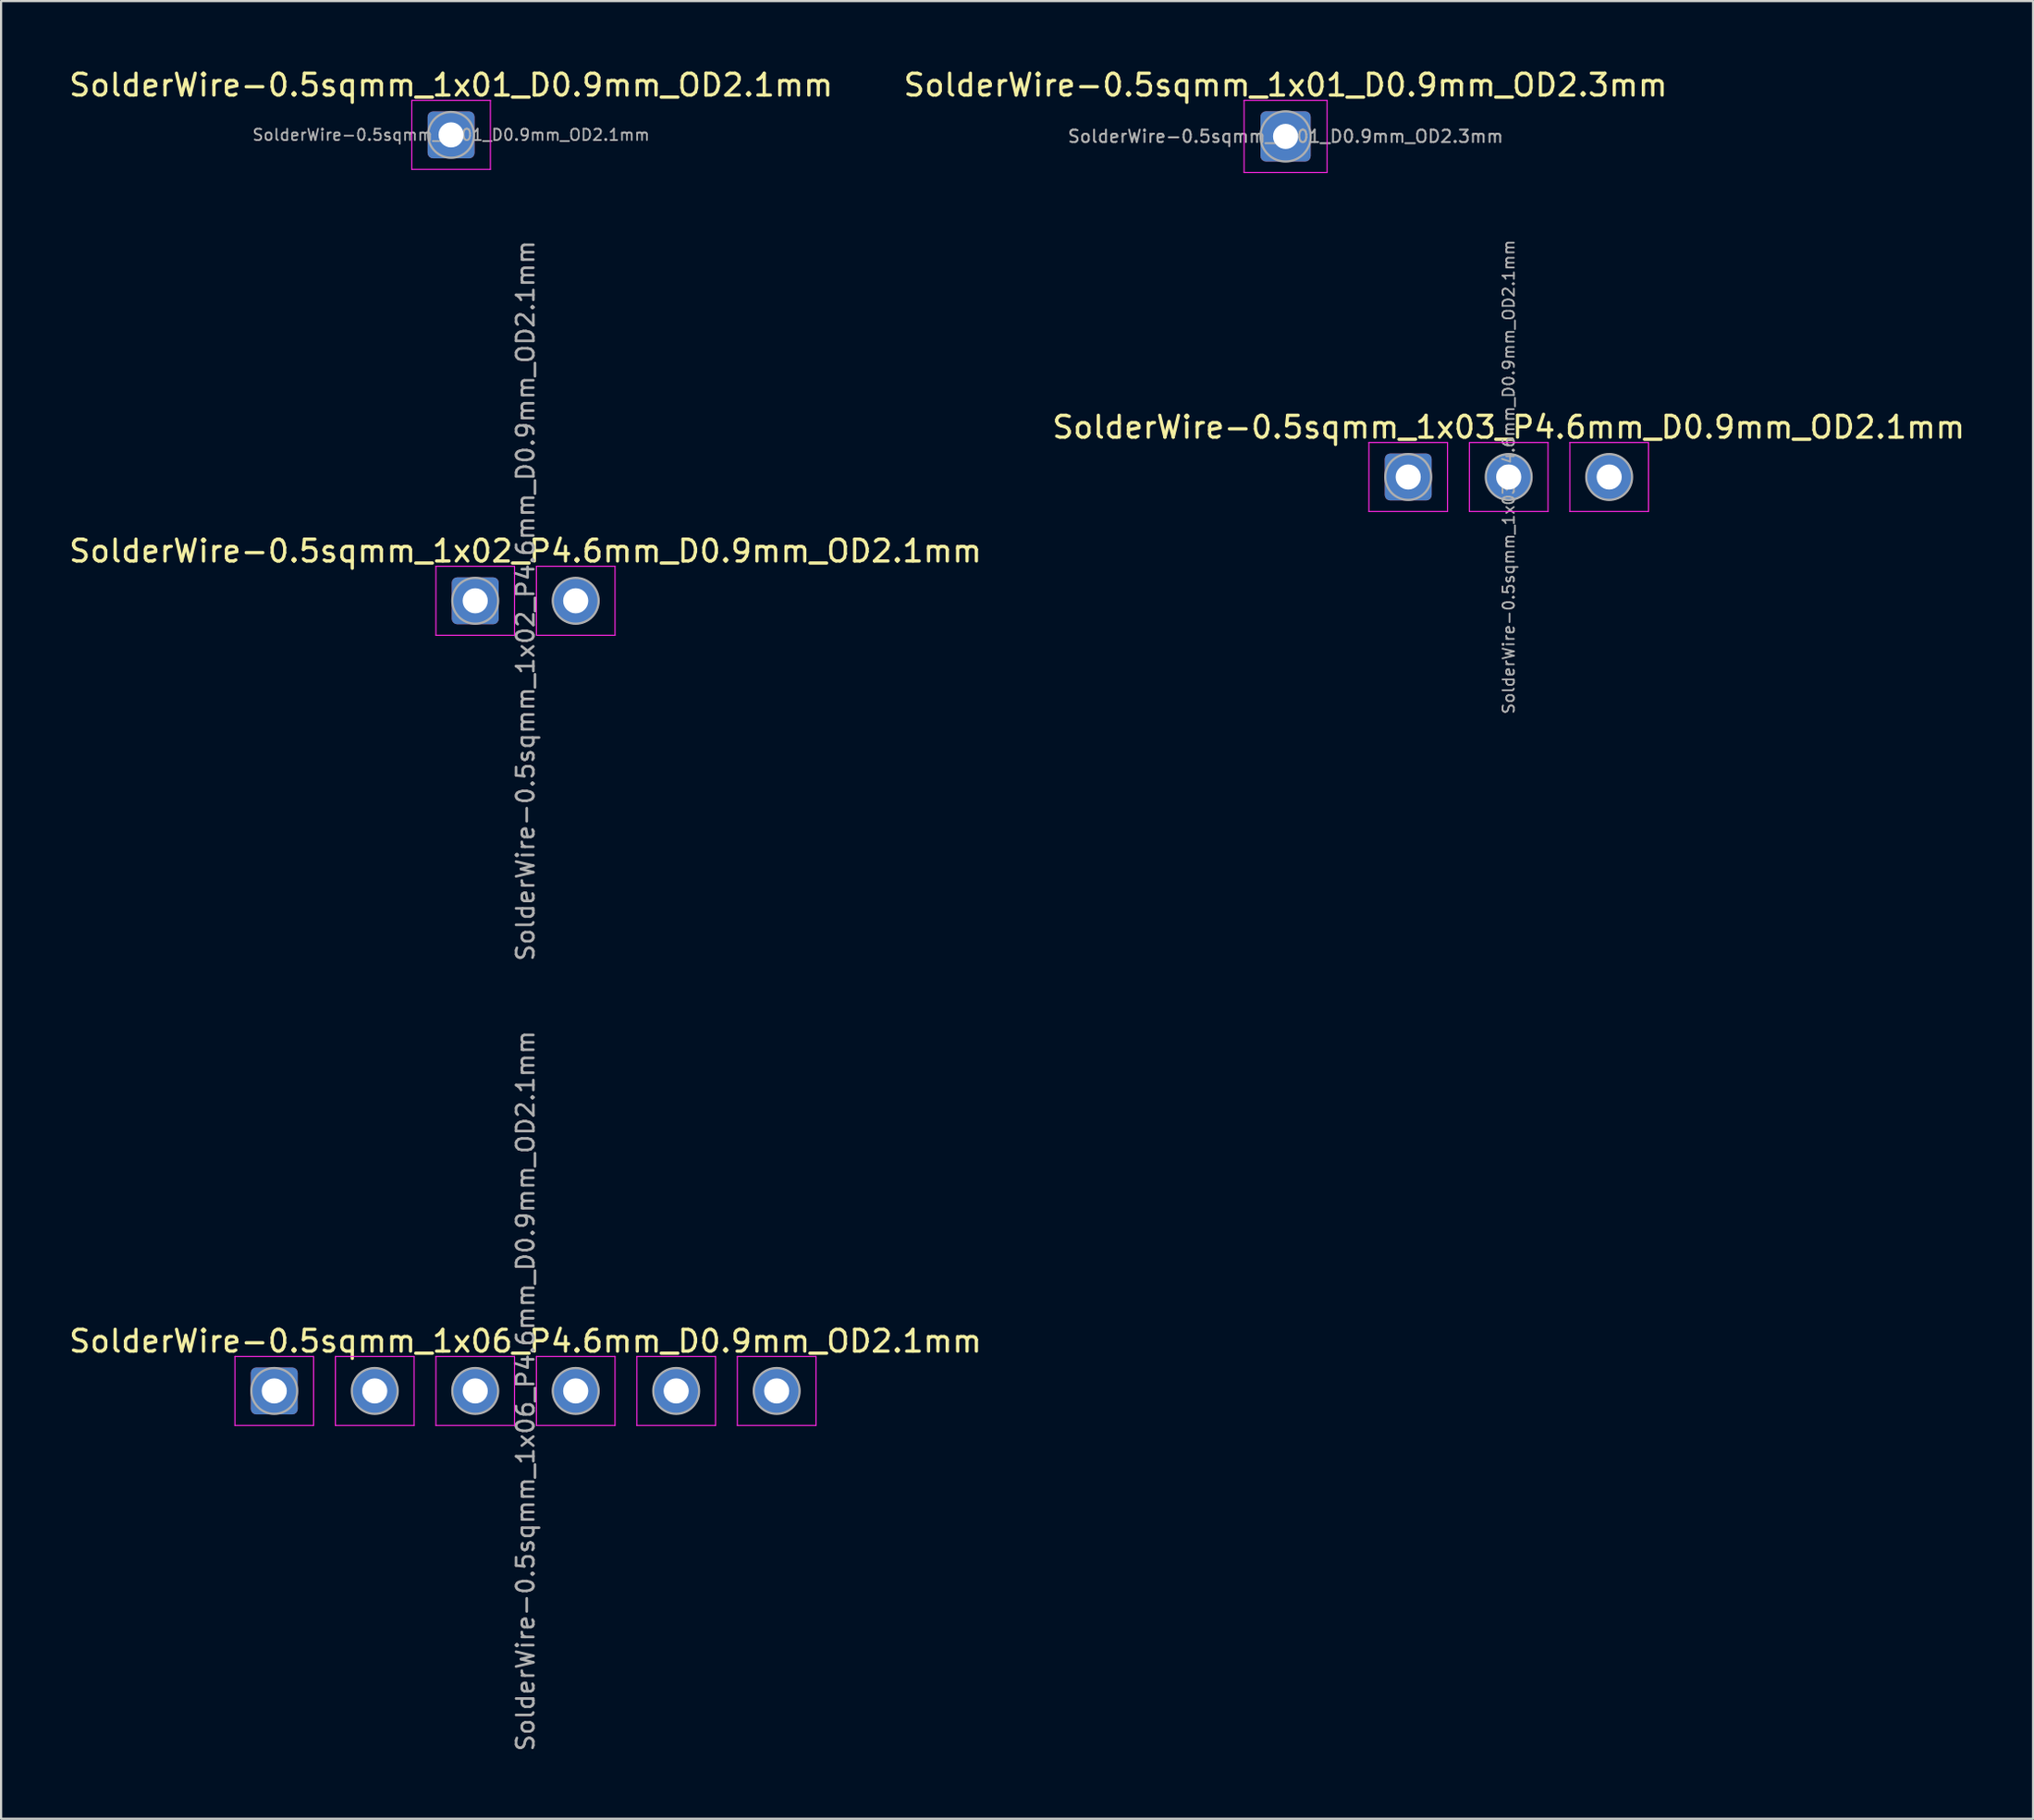
<source format=kicad_pcb>
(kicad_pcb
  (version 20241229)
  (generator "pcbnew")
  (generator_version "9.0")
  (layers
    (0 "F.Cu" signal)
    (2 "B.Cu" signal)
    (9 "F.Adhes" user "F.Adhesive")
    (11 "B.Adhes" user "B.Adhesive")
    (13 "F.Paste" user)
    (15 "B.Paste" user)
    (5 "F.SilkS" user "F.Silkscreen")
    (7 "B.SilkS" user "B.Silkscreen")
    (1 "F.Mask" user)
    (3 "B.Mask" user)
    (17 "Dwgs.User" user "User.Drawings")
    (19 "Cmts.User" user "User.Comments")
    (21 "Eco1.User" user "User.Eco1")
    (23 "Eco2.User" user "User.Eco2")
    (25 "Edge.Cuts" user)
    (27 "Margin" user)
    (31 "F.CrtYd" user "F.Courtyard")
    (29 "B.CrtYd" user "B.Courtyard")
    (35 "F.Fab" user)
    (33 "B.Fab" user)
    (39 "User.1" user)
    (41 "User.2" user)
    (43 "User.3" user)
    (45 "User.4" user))
  (footprint "SolderWire-0.5sqmm_1x03_P4.6mm_D0.9mm_OD2.1mm"
    (layer "F.Cu")
    (at 61.418 18.799)
    (property "Reference" "SolderWire-0.5sqmm_1x03_P4.6mm_D0.9mm_OD2.1mm" (at 4.6 -2.28 0) (layer "F.SilkS") (effects (font (size 1 1) (thickness 0.15))))
    (attr exclude_from_pos_files exclude_from_bom)
    (fp_line (start -1.8 -1.58) (end -1.8 1.58) (stroke (width 0.05) (type solid)) (layer "F.CrtYd"))
    (fp_line (start -1.8 1.58) (end 1.8 1.58) (stroke (width 0.05) (type solid)) (layer "F.CrtYd"))
    (fp_line (start 1.8 -1.58) (end -1.8 -1.58) (stroke (width 0.05) (type solid)) (layer "F.CrtYd"))
    (fp_line (start 1.8 1.58) (end 1.8 -1.58) (stroke (width 0.05) (type solid)) (layer "F.CrtYd"))
    (fp_line (start 2.8 -1.58) (end 2.8 1.58) (stroke (width 0.05) (type solid)) (layer "F.CrtYd"))
    (fp_line (start 2.8 1.58) (end 6.4 1.58) (stroke (width 0.05) (type solid)) (layer "F.CrtYd"))
    (fp_line (start 6.4 -1.58) (end 2.8 -1.58) (stroke (width 0.05) (type solid)) (layer "F.CrtYd"))
    (fp_line (start 6.4 1.58) (end 6.4 -1.58) (stroke (width 0.05) (type solid)) (layer "F.CrtYd"))
    (fp_line (start 7.4 -1.58) (end 7.4 1.58) (stroke (width 0.05) (type solid)) (layer "F.CrtYd"))
    (fp_line (start 7.4 1.58) (end 11 1.58) (stroke (width 0.05) (type solid)) (layer "F.CrtYd"))
    (fp_line (start 11 -1.58) (end 7.4 -1.58) (stroke (width 0.05) (type solid)) (layer "F.CrtYd"))
    (fp_line (start 11 1.58) (end 11 -1.58) (stroke (width 0.05) (type solid)) (layer "F.CrtYd"))
    (fp_circle (center 0 0) (end 1.05 0) (stroke (width 0.1) (type solid)) (fill no) (layer "F.Fab"))
    (fp_circle (center 4.6 0) (end 5.65 0) (stroke (width 0.1) (type solid)) (fill no) (layer "F.Fab"))
    (fp_circle (center 9.2 0) (end 10.25 0) (stroke (width 0.1) (type solid)) (fill no) (layer "F.Fab"))
    (fp_text user "${REFERENCE}" (at 4.6 0 90) (layer "F.Fab") (effects (font (size 0.52 0.52) (thickness 0.08))))
    (pad "1" thru_hole roundrect (at 0 0) (size 2.15 2.15) (drill 1.15) (layers "*.Cu" "*.Mask") (roundrect_rratio 0.116))
    (pad "2" thru_hole circle (at 4.6 0) (size 2.15 2.15) (drill 1.15) (layers "*.Cu" "*.Mask"))
    (pad "3" thru_hole circle (at 9.2 0) (size 2.15 2.15) (drill 1.15) (layers "*.Cu" "*.Mask")))
  (footprint "SolderWire-0.5sqmm_1x06_P4.6mm_D0.9mm_OD2.1mm"
    (layer "F.Cu")
    (at 9.506 60.664)
    (property "Reference" "SolderWire-0.5sqmm_1x06_P4.6mm_D0.9mm_OD2.1mm" (at 11.5 -2.28 0) (layer "F.SilkS") (effects (font (size 1 1) (thickness 0.15))))
    (attr exclude_from_pos_files exclude_from_bom)
    (fp_line (start -1.8 -1.58) (end -1.8 1.58) (stroke (width 0.05) (type solid)) (layer "F.CrtYd"))
    (fp_line (start -1.8 1.58) (end 1.8 1.58) (stroke (width 0.05) (type solid)) (layer "F.CrtYd"))
    (fp_line (start 1.8 -1.58) (end -1.8 -1.58) (stroke (width 0.05) (type solid)) (layer "F.CrtYd"))
    (fp_line (start 1.8 1.58) (end 1.8 -1.58) (stroke (width 0.05) (type solid)) (layer "F.CrtYd"))
    (fp_line (start 2.8 -1.58) (end 2.8 1.58) (stroke (width 0.05) (type solid)) (layer "F.CrtYd"))
    (fp_line (start 2.8 1.58) (end 6.4 1.58) (stroke (width 0.05) (type solid)) (layer "F.CrtYd"))
    (fp_line (start 6.4 -1.58) (end 2.8 -1.58) (stroke (width 0.05) (type solid)) (layer "F.CrtYd"))
    (fp_line (start 6.4 1.58) (end 6.4 -1.58) (stroke (width 0.05) (type solid)) (layer "F.CrtYd"))
    (fp_line (start 7.4 -1.58) (end 7.4 1.58) (stroke (width 0.05) (type solid)) (layer "F.CrtYd"))
    (fp_line (start 7.4 1.58) (end 11 1.58) (stroke (width 0.05) (type solid)) (layer "F.CrtYd"))
    (fp_line (start 11 -1.58) (end 7.4 -1.58) (stroke (width 0.05) (type solid)) (layer "F.CrtYd"))
    (fp_line (start 11 1.58) (end 11 -1.58) (stroke (width 0.05) (type solid)) (layer "F.CrtYd"))
    (fp_line (start 12 -1.58) (end 12 1.58) (stroke (width 0.05) (type solid)) (layer "F.CrtYd"))
    (fp_line (start 12 1.58) (end 15.6 1.58) (stroke (width 0.05) (type solid)) (layer "F.CrtYd"))
    (fp_line (start 15.6 -1.58) (end 12 -1.58) (stroke (width 0.05) (type solid)) (layer "F.CrtYd"))
    (fp_line (start 15.6 1.58) (end 15.6 -1.58) (stroke (width 0.05) (type solid)) (layer "F.CrtYd"))
    (fp_line (start 16.6 -1.58) (end 16.6 1.58) (stroke (width 0.05) (type solid)) (layer "F.CrtYd"))
    (fp_line (start 16.6 1.58) (end 20.2 1.58) (stroke (width 0.05) (type solid)) (layer "F.CrtYd"))
    (fp_line (start 20.2 -1.58) (end 16.6 -1.58) (stroke (width 0.05) (type solid)) (layer "F.CrtYd"))
    (fp_line (start 20.2 1.58) (end 20.2 -1.58) (stroke (width 0.05) (type solid)) (layer "F.CrtYd"))
    (fp_line (start 21.2 -1.58) (end 21.2 1.58) (stroke (width 0.05) (type solid)) (layer "F.CrtYd"))
    (fp_line (start 21.2 1.58) (end 24.8 1.58) (stroke (width 0.05) (type solid)) (layer "F.CrtYd"))
    (fp_line (start 24.8 -1.58) (end 21.2 -1.58) (stroke (width 0.05) (type solid)) (layer "F.CrtYd"))
    (fp_line (start 24.8 1.58) (end 24.8 -1.58) (stroke (width 0.05) (type solid)) (layer "F.CrtYd"))
    (fp_circle (center 0 0) (end 1.05 0) (stroke (width 0.1) (type solid)) (fill no) (layer "F.Fab"))
    (fp_circle (center 4.6 0) (end 5.65 0) (stroke (width 0.1) (type solid)) (fill no) (layer "F.Fab"))
    (fp_circle (center 9.2 0) (end 10.25 0) (stroke (width 0.1) (type solid)) (fill no) (layer "F.Fab"))
    (fp_circle (center 13.8 0) (end 14.85 0) (stroke (width 0.1) (type solid)) (fill no) (layer "F.Fab"))
    (fp_circle (center 18.4 0) (end 19.45 0) (stroke (width 0.1) (type solid)) (fill no) (layer "F.Fab"))
    (fp_circle (center 23 0) (end 24.05 0) (stroke (width 0.1) (type solid)) (fill no) (layer "F.Fab"))
    (fp_text user "${REFERENCE}" (at 11.5 0 90) (layer "F.Fab") (effects (font (size 0.79 0.79) (thickness 0.12))))
    (pad "1" thru_hole roundrect (at 0 0) (size 2.15 2.15) (drill 1.15) (layers "*.Cu" "*.Mask") (roundrect_rratio 0.116))
    (pad "2" thru_hole circle (at 4.6 0) (size 2.15 2.15) (drill 1.15) (layers "*.Cu" "*.Mask"))
    (pad "3" thru_hole circle (at 9.2 0) (size 2.15 2.15) (drill 1.15) (layers "*.Cu" "*.Mask"))
    (pad "4" thru_hole circle (at 13.8 0) (size 2.15 2.15) (drill 1.15) (layers "*.Cu" "*.Mask"))
    (pad "5" thru_hole circle (at 18.4 0) (size 2.15 2.15) (drill 1.15) (layers "*.Cu" "*.Mask"))
    (pad "6" thru_hole circle (at 23 0) (size 2.15 2.15) (drill 1.15) (layers "*.Cu" "*.Mask")))
  (footprint "SolderWire-0.5sqmm_1x01_D0.9mm_OD2.3mm"
    (layer "F.Cu")
    (at 55.804 3.198)
    (property "Reference" "SolderWire-0.5sqmm_1x01_D0.9mm_OD2.3mm" (at 0 -2.35 0) (layer "F.SilkS") (effects (font (size 1 1) (thickness 0.15))))
    (attr exclude_from_pos_files exclude_from_bom)
    (fp_line (start -1.9 -1.65) (end -1.9 1.65) (stroke (width 0.05) (type solid)) (layer "F.CrtYd"))
    (fp_line (start -1.9 1.65) (end 1.9 1.65) (stroke (width 0.05) (type solid)) (layer "F.CrtYd"))
    (fp_line (start 1.9 -1.65) (end -1.9 -1.65) (stroke (width 0.05) (type solid)) (layer "F.CrtYd"))
    (fp_line (start 1.9 1.65) (end 1.9 -1.65) (stroke (width 0.05) (type solid)) (layer "F.CrtYd"))
    (fp_circle (center 0 0) (end 1.15 0) (stroke (width 0.1) (type solid)) (fill no) (layer "F.Fab"))
    (fp_text user "${REFERENCE}" (at 0 0 0) (layer "F.Fab") (effects (font (size 0.57 0.57) (thickness 0.09))))
    (pad "1" thru_hole roundrect (at 0 0) (size 2.3 2.3) (drill 1.15) (layers "*.Cu" "*.Mask") (roundrect_rratio 0.109)))
  (footprint "SolderWire-0.5sqmm_1x01_D0.9mm_OD2.1mm"
    (layer "F.Cu")
    (at 17.601 3.128)
    (property "Reference" "SolderWire-0.5sqmm_1x01_D0.9mm_OD2.1mm" (at 0 -2.28 0) (layer "F.SilkS") (effects (font (size 1 1) (thickness 0.15))))
    (attr exclude_from_pos_files exclude_from_bom)
    (fp_line (start -1.8 -1.58) (end -1.8 1.58) (stroke (width 0.05) (type solid)) (layer "F.CrtYd"))
    (fp_line (start -1.8 1.58) (end 1.8 1.58) (stroke (width 0.05) (type solid)) (layer "F.CrtYd"))
    (fp_line (start 1.8 -1.58) (end -1.8 -1.58) (stroke (width 0.05) (type solid)) (layer "F.CrtYd"))
    (fp_line (start 1.8 1.58) (end 1.8 -1.58) (stroke (width 0.05) (type solid)) (layer "F.CrtYd"))
    (fp_circle (center 0 0) (end 1.05 0) (stroke (width 0.1) (type solid)) (fill no) (layer "F.Fab"))
    (fp_text user "${REFERENCE}" (at 0 0 0) (layer "F.Fab") (effects (font (size 0.52 0.52) (thickness 0.08))))
    (pad "1" thru_hole roundrect (at 0 0) (size 2.15 2.15) (drill 1.15) (layers "*.Cu" "*.Mask") (roundrect_rratio 0.116)))
  (footprint "SolderWire-0.5sqmm_1x02_P4.6mm_D0.9mm_OD2.1mm"
    (layer "F.Cu")
    (at 18.706 24.47)
    (property "Reference" "SolderWire-0.5sqmm_1x02_P4.6mm_D0.9mm_OD2.1mm" (at 2.3 -2.28 0) (layer "F.SilkS") (effects (font (size 1 1) (thickness 0.15))))
    (attr exclude_from_pos_files exclude_from_bom)
    (fp_line (start -1.8 -1.58) (end -1.8 1.58) (stroke (width 0.05) (type solid)) (layer "F.CrtYd"))
    (fp_line (start -1.8 1.58) (end 1.8 1.58) (stroke (width 0.05) (type solid)) (layer "F.CrtYd"))
    (fp_line (start 1.8 -1.58) (end -1.8 -1.58) (stroke (width 0.05) (type solid)) (layer "F.CrtYd"))
    (fp_line (start 1.8 1.58) (end 1.8 -1.58) (stroke (width 0.05) (type solid)) (layer "F.CrtYd"))
    (fp_line (start 2.8 -1.58) (end 2.8 1.58) (stroke (width 0.05) (type solid)) (layer "F.CrtYd"))
    (fp_line (start 2.8 1.58) (end 6.4 1.58) (stroke (width 0.05) (type solid)) (layer "F.CrtYd"))
    (fp_line (start 6.4 -1.58) (end 2.8 -1.58) (stroke (width 0.05) (type solid)) (layer "F.CrtYd"))
    (fp_line (start 6.4 1.58) (end 6.4 -1.58) (stroke (width 0.05) (type solid)) (layer "F.CrtYd"))
    (fp_circle (center 0 0) (end 1.05 0) (stroke (width 0.1) (type solid)) (fill no) (layer "F.Fab"))
    (fp_circle (center 4.6 0) (end 5.65 0) (stroke (width 0.1) (type solid)) (fill no) (layer "F.Fab"))
    (fp_text user "${REFERENCE}" (at 2.3 0 90) (layer "F.Fab") (effects (font (size 0.79 0.79) (thickness 0.12))))
    (pad "1" thru_hole roundrect (at 0 0) (size 2.15 2.15) (drill 1.15) (layers "*.Cu" "*.Mask") (roundrect_rratio 0.116))
    (pad "2" thru_hole circle (at 4.6 0) (size 2.15 2.15) (drill 1.15) (layers "*.Cu" "*.Mask")))
  (gr_rect
    (start -3 -3)
    (end 90.024 80.261)
    (stroke (width 0.1) (type default))
    (fill no)
    (layer "Edge.Cuts")))
</source>
